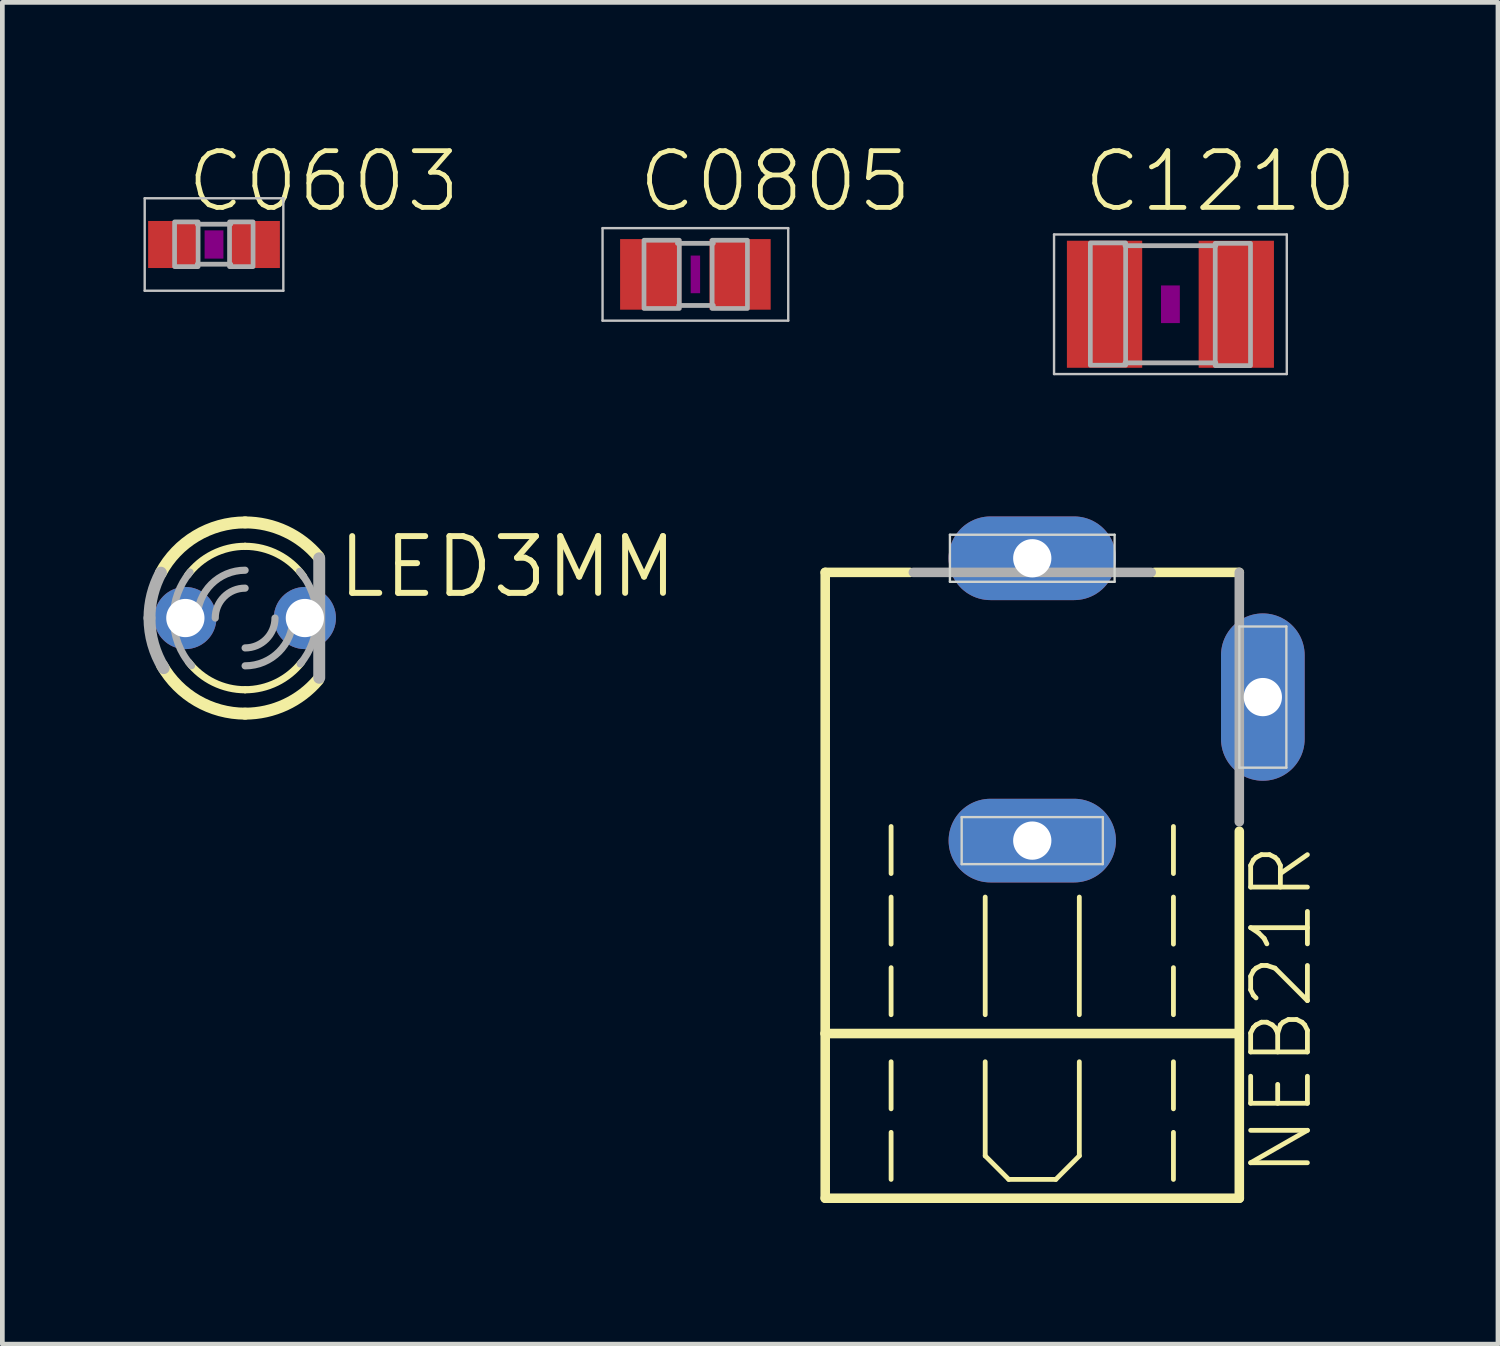
<source format=kicad_pcb>
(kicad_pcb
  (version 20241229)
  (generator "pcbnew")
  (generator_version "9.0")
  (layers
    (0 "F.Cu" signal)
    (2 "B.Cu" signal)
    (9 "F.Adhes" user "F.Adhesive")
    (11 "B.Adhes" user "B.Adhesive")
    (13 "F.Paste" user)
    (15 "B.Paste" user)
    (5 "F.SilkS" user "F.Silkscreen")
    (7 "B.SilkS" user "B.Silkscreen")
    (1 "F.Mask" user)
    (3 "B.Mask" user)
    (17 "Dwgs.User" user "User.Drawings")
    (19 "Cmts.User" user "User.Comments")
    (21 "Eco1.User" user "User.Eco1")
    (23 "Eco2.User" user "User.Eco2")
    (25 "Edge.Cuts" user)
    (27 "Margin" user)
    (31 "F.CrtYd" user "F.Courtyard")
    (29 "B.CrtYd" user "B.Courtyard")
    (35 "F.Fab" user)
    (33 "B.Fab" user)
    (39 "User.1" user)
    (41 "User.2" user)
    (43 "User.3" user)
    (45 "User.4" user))
  (footprint "C0603"
    (layer "F.Cu")
    (at 1.498 2.146)
    (property "Reference" "C0603" (at -0.635 -0.635 0) (layer "F.SilkS") (effects (font (size 1.206 1.206) (thickness 0.102)) (justify left bottom)))
    (attr through_hole)
    (fp_poly (pts (xy -0.2 0.3) (xy 0.2 0.3) (xy 0.2 -0.3) (xy -0.2 -0.3)) (stroke (width 0) (type solid)) (fill yes) (layer "F.Adhes"))
    (fp_line (start -1.473 -0.983) (end 1.473 -0.983) (stroke (width 0.051) (type solid)) (layer "Dwgs.User"))
    (fp_line (start -1.473 0.983) (end -1.473 -0.983) (stroke (width 0.051) (type solid)) (layer "Dwgs.User"))
    (fp_line (start 1.473 -0.983) (end 1.473 0.983) (stroke (width 0.051) (type solid)) (layer "Dwgs.User"))
    (fp_line (start 1.473 0.983) (end -1.473 0.983) (stroke (width 0.051) (type solid)) (layer "Dwgs.User"))
    (fp_line (start -0.356 -0.432) (end 0.356 -0.432) (stroke (width 0.102) (type solid)) (layer "F.Fab"))
    (fp_line (start -0.356 0.419) (end 0.356 0.419) (stroke (width 0.102) (type solid)) (layer "F.Fab"))
    (fp_poly (pts (xy -0.838 0.47) (xy -0.338 0.47) (xy -0.338 -0.48) (xy -0.838 -0.48)) (stroke (width 0.1) (type solid)) (fill no) (layer "F.Fab"))
    (fp_poly (pts (xy 0.33 0.47) (xy 0.83 0.47) (xy 0.83 -0.48) (xy 0.33 -0.48)) (stroke (width 0.1) (type solid)) (fill no) (layer "F.Fab"))
    (pad "1" smd rect (at -0.85 0) (size 1.1 1) (layers "F.Cu" "F.Mask" "F.Paste"))
    (pad "2" smd rect (at 0.85 0) (size 1.1 1) (layers "F.Cu" "F.Mask" "F.Paste")))
  (footprint "C1210"
    (layer "F.Cu")
    (at 21.823 3.416)
    (property "Reference" "C1210" (at -1.905 -1.905 0) (layer "F.SilkS") (effects (font (size 1.206 1.206) (thickness 0.102)) (justify left bottom)))
    (attr through_hole)
    (fp_poly (pts (xy -0.2 0.4) (xy 0.2 0.4) (xy 0.2 -0.4) (xy -0.2 -0.4)) (stroke (width 0) (type solid)) (fill yes) (layer "F.Adhes"))
    (fp_line (start -2.473 -1.483) (end 2.473 -1.483) (stroke (width 0.051) (type solid)) (layer "Dwgs.User"))
    (fp_line (start -2.473 1.483) (end -2.473 -1.483) (stroke (width 0.051) (type solid)) (layer "Dwgs.User"))
    (fp_line (start 2.473 -1.483) (end 2.473 1.483) (stroke (width 0.051) (type solid)) (layer "Dwgs.User"))
    (fp_line (start 2.473 1.483) (end -2.473 1.483) (stroke (width 0.051) (type solid)) (layer "Dwgs.User"))
    (fp_line (start -0.965 -1.245) (end 0.965 -1.245) (stroke (width 0.102) (type solid)) (layer "F.Fab"))
    (fp_line (start -0.965 1.245) (end 0.965 1.245) (stroke (width 0.102) (type solid)) (layer "F.Fab"))
    (fp_poly (pts (xy -1.702 1.295) (xy -0.952 1.295) (xy -0.952 -1.304) (xy -1.702 -1.304)) (stroke (width 0.1) (type solid)) (fill no) (layer "F.Fab"))
    (fp_poly (pts (xy 0.952 1.304) (xy 1.702 1.304) (xy 1.702 -1.295) (xy 0.952 -1.295)) (stroke (width 0.1) (type solid)) (fill no) (layer "F.Fab"))
    (pad "1" smd rect (at -1.4 0) (size 1.6 2.7) (layers "F.Cu" "F.Mask" "F.Paste"))
    (pad "2" smd rect (at 1.4 0) (size 1.6 2.7) (layers "F.Cu" "F.Mask" "F.Paste")))
  (footprint "C0805"
    (layer "F.Cu")
    (at 11.728 2.781)
    (property "Reference" "C0805" (at -1.27 -1.27 0) (layer "F.SilkS") (effects (font (size 1.206 1.206) (thickness 0.102)) (justify left bottom)))
    (attr through_hole)
    (fp_poly (pts (xy -0.1 0.4) (xy 0.1 0.4) (xy 0.1 -0.4) (xy -0.1 -0.4)) (stroke (width 0) (type solid)) (fill yes) (layer "F.Adhes"))
    (fp_line (start -1.973 -0.983) (end 1.973 -0.983) (stroke (width 0.051) (type solid)) (layer "Dwgs.User"))
    (fp_line (start -1.973 0.983) (end -1.973 -0.983) (stroke (width 0.051) (type solid)) (layer "Dwgs.User"))
    (fp_line (start 1.973 -0.983) (end 1.973 0.983) (stroke (width 0.051) (type solid)) (layer "Dwgs.User"))
    (fp_line (start 1.973 0.983) (end -1.973 0.983) (stroke (width 0.051) (type solid)) (layer "Dwgs.User"))
    (fp_line (start -0.381 -0.66) (end 0.381 -0.66) (stroke (width 0.102) (type solid)) (layer "F.Fab"))
    (fp_line (start -0.356 0.66) (end 0.381 0.66) (stroke (width 0.102) (type solid)) (layer "F.Fab"))
    (fp_poly (pts (xy -1.092 0.724) (xy -0.342 0.724) (xy -0.342 -0.726) (xy -1.092 -0.726)) (stroke (width 0.1) (type solid)) (fill no) (layer "F.Fab"))
    (fp_poly (pts (xy 0.356 0.724) (xy 1.106 0.724) (xy 1.106 -0.726) (xy 0.356 -0.726)) (stroke (width 0.1) (type solid)) (fill no) (layer "F.Fab"))
    (pad "1" smd rect (at -0.95 0) (size 1.3 1.5) (layers "F.Cu" "F.Mask" "F.Paste"))
    (pad "2" smd rect (at 0.95 0) (size 1.3 1.5) (layers "F.Cu" "F.Mask" "F.Paste")))
  (footprint "LED3MM"
    (layer "F.Cu")
    (at 2.159 10.084)
    (property "Reference" "LED3MM" (at 1.905 -0.381 0) (layer "F.SilkS") (effects (font (size 1.206 1.206) (thickness 0.127)) (justify left bottom)))
    (attr through_hole)
    (fp_arc (start -1.7929 -0.9562) (mid -1.045438 -1.7424) (end 0 -2.032) (stroke (width 0.254) (type solid)) (layer "F.SilkS"))
    (fp_arc (start -1.2192 -0.9144) (mid -0.681554 -1.363107) (end 0 -1.524) (stroke (width 0.1524) (type solid)) (layer "F.SilkS"))
    (fp_arc (start 0 -2.032) (mid 0.861864 -1.840173) (end 1.561 -1.3009) (stroke (width 0.254) (type solid)) (layer "F.SilkS"))
    (fp_arc (start 0 -1.524) (mid 0.697339 -1.355082) (end 1.2401 -0.885801) (stroke (width 0.1524) (type solid)) (layer "F.SilkS"))
    (fp_arc (start 0 1.524) (mid -0.669593 1.369018) (end -1.203 0.9356) (stroke (width 0.1524) (type solid)) (layer "F.SilkS"))
    (fp_arc (start 0 2.032) (mid -1.019924 1.757525) (end -1.7643 1.0082) (stroke (width 0.254) (type solid)) (layer "F.SilkS"))
    (fp_arc (start 1.203 0.9356) (mid 0.669593 1.369018) (end 0 1.524) (stroke (width 0.1524) (type solid)) (layer "F.SilkS"))
    (fp_arc (start 1.5512 1.3126) (mid 0.854953 1.843405) (end 0 2.032) (stroke (width 0.254) (type solid)) (layer "F.SilkS"))
    (fp_line (start 1.575 1.27) (end 1.575 -1.27) (stroke (width 0.254) (type solid)) (layer "F.Fab"))
    (fp_arc (start -2.032 0) (mid -1.970339 -0.496775) (end -1.7891 -0.9634) (stroke (width 0.254) (type solid)) (layer "F.Fab"))
    (fp_arc (start -1.7306 1.065) (mid -1.95521 0.553417) (end -2.032 0) (stroke (width 0.254) (type solid)) (layer "F.Fab"))
    (fp_arc (start -1.524 0) (mid -1.432981 -0.518783) (end -1.1708 -0.9756) (stroke (width 0.1524) (type solid)) (layer "F.Fab"))
    (fp_arc (start -1.1391 1.0125) (mid -1.42454 0.5416) (end -1.524 0) (stroke (width 0.1524) (type solid)) (layer "F.Fab"))
    (fp_arc (start -1.016 0) (mid -0.71842 -0.71842) (end 0 -1.016) (stroke (width 0.1524) (type solid)) (layer "F.Fab"))
    (fp_arc (start -0.635 0) (mid -0.449013 -0.449013) (end 0 -0.635) (stroke (width 0.1524) (type solid)) (layer "F.Fab"))
    (fp_arc (start 0.635 0) (mid 0.449013 0.449013) (end 0 0.635) (stroke (width 0.1524) (type solid)) (layer "F.Fab"))
    (fp_arc (start 1.016 0) (mid 0.71842 0.71842) (end 0 1.016) (stroke (width 0.1524) (type solid)) (layer "F.Fab"))
    (fp_arc (start 1.1571 -0.9918) (mid 1.429332 -0.528744) (end 1.524 0) (stroke (width 0.1524) (type solid)) (layer "F.Fab"))
    (fp_arc (start 1.524 0) (mid 1.432981 0.518783) (end 1.1708 0.9756) (stroke (width 0.1524) (type solid)) (layer "F.Fab"))
    (pad "A" thru_hole circle (at -1.27 0) (size 1.321 1.321) (drill 0.813) (layers "*.Cu" "*.Mask"))
    (pad "K" thru_hole circle (at 1.27 0) (size 1.321 1.321) (drill 0.813) (layers "*.Cu" "*.Mask")))
  (footprint "NEB21R"
    (layer "F.Cu")
    (at 18.887 16.164)
    (property "Reference" "NEB21R" (at 6 5.85 90) (layer "F.SilkS") (effects (font (size 1.206 1.206) (thickness 0.102)) (justify left bottom)))
    (attr through_hole)
    (fp_line (start -4.4 -7.05) (end -4.4 2.75) (stroke (width 0.203) (type solid)) (layer "F.SilkS"))
    (fp_line (start -4.4 2.75) (end -4.4 6.25) (stroke (width 0.203) (type solid)) (layer "F.SilkS"))
    (fp_line (start -4.4 2.75) (end 4.4 2.75) (stroke (width 0.203) (type solid)) (layer "F.SilkS"))
    (fp_line (start -4.4 6.25) (end 4.4 6.25) (stroke (width 0.203) (type solid)) (layer "F.SilkS"))
    (fp_line (start -3 -0.65) (end -3 -1.65) (stroke (width 0.102) (type solid)) (layer "F.SilkS"))
    (fp_line (start -3 0.85) (end -3 -0.15) (stroke (width 0.102) (type solid)) (layer "F.SilkS"))
    (fp_line (start -3 2.35) (end -3 1.35) (stroke (width 0.102) (type solid)) (layer "F.SilkS"))
    (fp_line (start -3 4.35) (end -3 3.35) (stroke (width 0.102) (type solid)) (layer "F.SilkS"))
    (fp_line (start -3 5.85) (end -3 4.85) (stroke (width 0.102) (type solid)) (layer "F.SilkS"))
    (fp_line (start -2.6 -7.05) (end -4.4 -7.05) (stroke (width 0.203) (type solid)) (layer "F.SilkS"))
    (fp_line (start -1 2.35) (end -1 -0.15) (stroke (width 0.102) (type solid)) (layer "F.SilkS"))
    (fp_line (start -1 5.35) (end -1 3.35) (stroke (width 0.102) (type solid)) (layer "F.SilkS"))
    (fp_line (start -1 5.35) (end -0.5 5.85) (stroke (width 0.102) (type solid)) (layer "F.SilkS"))
    (fp_line (start -0.5 5.85) (end 0.5 5.85) (stroke (width 0.102) (type solid)) (layer "F.SilkS"))
    (fp_line (start 0.5 5.85) (end 1 5.35) (stroke (width 0.102) (type solid)) (layer "F.SilkS"))
    (fp_line (start 1 2.35) (end 1 -0.15) (stroke (width 0.102) (type solid)) (layer "F.SilkS"))
    (fp_line (start 1 5.35) (end 1 3.35) (stroke (width 0.102) (type solid)) (layer "F.SilkS"))
    (fp_line (start 3 -0.65) (end 3 -1.65) (stroke (width 0.102) (type solid)) (layer "F.SilkS"))
    (fp_line (start 3 0.85) (end 3 -0.15) (stroke (width 0.102) (type solid)) (layer "F.SilkS"))
    (fp_line (start 3 2.35) (end 3 1.35) (stroke (width 0.102) (type solid)) (layer "F.SilkS"))
    (fp_line (start 3 4.35) (end 3 3.35) (stroke (width 0.102) (type solid)) (layer "F.SilkS"))
    (fp_line (start 3 5.85) (end 3 4.85) (stroke (width 0.102) (type solid)) (layer "F.SilkS"))
    (fp_line (start 4.4 -7.05) (end 2.6 -7.05) (stroke (width 0.203) (type solid)) (layer "F.SilkS"))
    (fp_line (start 4.4 6.25) (end 4.4 -1.55) (stroke (width 0.203) (type solid)) (layer "F.SilkS"))
    (fp_line (start -1.75 -7.85) (end 1.75 -7.85) (stroke (width 0.05) (type solid)) (layer "Edge.Cuts"))
    (fp_line (start -1.75 -6.85) (end -1.75 -7.85) (stroke (width 0.05) (type solid)) (layer "Edge.Cuts"))
    (fp_line (start -1.5 -1.85) (end 1.5 -1.85) (stroke (width 0.05) (type solid)) (layer "Edge.Cuts"))
    (fp_line (start -1.5 -0.85) (end -1.5 -1.85) (stroke (width 0.05) (type solid)) (layer "Edge.Cuts"))
    (fp_line (start 1.5 -1.85) (end 1.5 -0.85) (stroke (width 0.05) (type solid)) (layer "Edge.Cuts"))
    (fp_line (start 1.5 -0.85) (end -1.5 -0.85) (stroke (width 0.05) (type solid)) (layer "Edge.Cuts"))
    (fp_line (start 1.75 -7.85) (end 1.75 -6.85) (stroke (width 0.05) (type solid)) (layer "Edge.Cuts"))
    (fp_line (start 1.75 -6.85) (end -1.75 -6.85) (stroke (width 0.05) (type solid)) (layer "Edge.Cuts"))
    (fp_line (start 4.4 -5.9) (end 4.4 -2.9) (stroke (width 0.05) (type solid)) (layer "Edge.Cuts"))
    (fp_line (start 5.4 -5.9) (end 4.4 -5.9) (stroke (width 0.05) (type solid)) (layer "Edge.Cuts"))
    (fp_line (start 5.4 -5.9) (end 5.4 -2.9) (stroke (width 0.05) (type solid)) (layer "Edge.Cuts"))
    (fp_line (start 5.4 -2.9) (end 4.4 -2.9) (stroke (width 0.05) (type solid)) (layer "Edge.Cuts"))
    (fp_line (start 2.527 -7.05) (end -2.527 -7.05) (stroke (width 0.203) (type solid)) (layer "F.Fab"))
    (fp_line (start 4.4 -1.75) (end 4.4 -7.05) (stroke (width 0.203) (type solid)) (layer "F.Fab"))
    (pad "1" thru_hole oval (at 0 -7.35) (size 3.556 1.778) (drill 0.813) (layers "*.Cu" "*.Mask"))
    (pad "2" thru_hole oval (at 4.9 -4.4 90) (size 3.556 1.778) (drill 0.813) (layers "*.Cu" "*.Mask"))
    (pad "3" thru_hole oval (at 0 -1.35) (size 3.556 1.778) (drill 0.813) (layers "*.Cu" "*.Mask")))
  (gr_rect
    (start -3 -3)
    (end 28.784 25.515)
    (stroke (width 0.1) (type default))
    (fill no)
    (layer "Edge.Cuts")))
</source>
